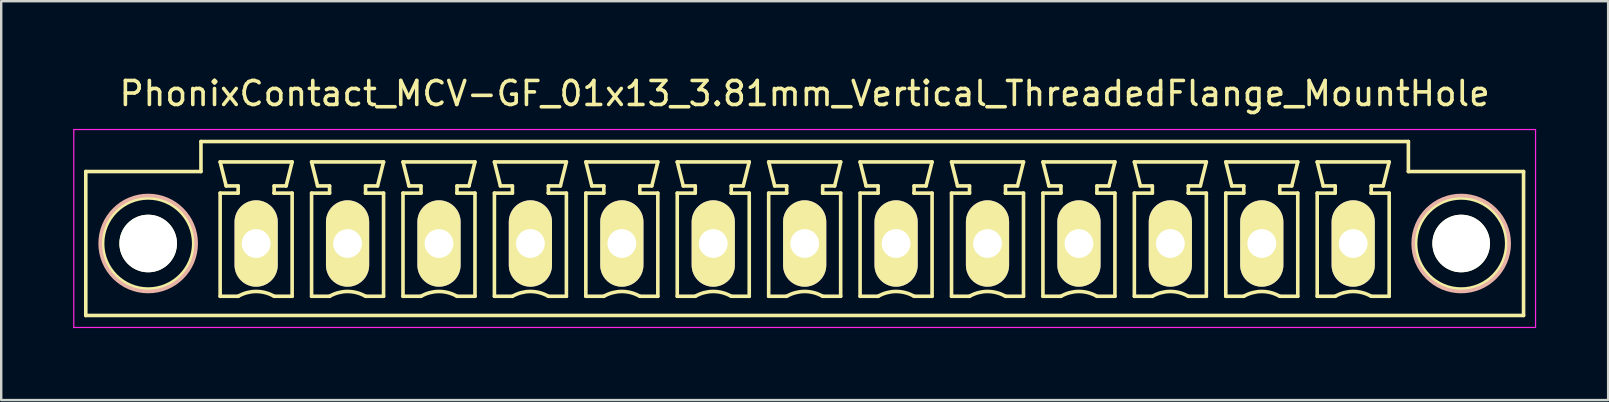
<source format=kicad_pcb>
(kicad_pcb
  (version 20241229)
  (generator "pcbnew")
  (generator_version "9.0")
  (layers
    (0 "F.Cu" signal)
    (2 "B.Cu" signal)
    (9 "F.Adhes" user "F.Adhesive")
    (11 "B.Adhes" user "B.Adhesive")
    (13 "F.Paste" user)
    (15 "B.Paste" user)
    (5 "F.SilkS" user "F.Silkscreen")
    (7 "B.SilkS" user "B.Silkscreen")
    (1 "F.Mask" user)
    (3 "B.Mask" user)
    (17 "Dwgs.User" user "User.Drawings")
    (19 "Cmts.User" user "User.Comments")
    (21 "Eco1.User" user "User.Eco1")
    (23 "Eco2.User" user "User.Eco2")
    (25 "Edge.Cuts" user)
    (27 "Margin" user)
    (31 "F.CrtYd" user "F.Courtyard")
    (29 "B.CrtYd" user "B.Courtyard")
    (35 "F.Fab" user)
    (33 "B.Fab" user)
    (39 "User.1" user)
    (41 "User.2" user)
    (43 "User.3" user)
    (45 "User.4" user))
  (footprint "PhonixContact_MCV-GF_01x13_3.81mm_Vertical_ThreadedFlange_MountHole"
    (layer "F.Cu")
    (at 7.625 7.098)
    (property "Reference" "PhonixContact_MCV-GF_01x13_3.81mm_Vertical_ThreadedFlange_MountHole" (at 22.86 -6.25 0) (layer "F.SilkS") (effects (font (size 1 1) (thickness 0.15))))
    (attr through_hole)
    (fp_line (start -7.1 -3) (end -7.1 3) (stroke (width 0.15) (type solid)) (layer "F.SilkS"))
    (fp_line (start -7.1 3) (end 52.82 3) (stroke (width 0.15) (type solid)) (layer "F.SilkS"))
    (fp_line (start -2.3 -4.25) (end -2.3 -3) (stroke (width 0.15) (type solid)) (layer "F.SilkS"))
    (fp_line (start -2.3 -3) (end -7.1 -3) (stroke (width 0.15) (type solid)) (layer "F.SilkS"))
    (fp_line (start -1.5 -3.4) (end 1.5 -3.4) (stroke (width 0.15) (type solid)) (layer "F.SilkS"))
    (fp_line (start -1.5 -2.1) (end -0.75 -2.1) (stroke (width 0.15) (type solid)) (layer "F.SilkS"))
    (fp_line (start -1.5 2.2) (end -1.5 -2.1) (stroke (width 0.15) (type solid)) (layer "F.SilkS"))
    (fp_line (start -1.25 -2.4) (end -1.5 -3.4) (stroke (width 0.15) (type solid)) (layer "F.SilkS"))
    (fp_line (start -0.75 -2.4) (end -1.25 -2.4) (stroke (width 0.15) (type solid)) (layer "F.SilkS"))
    (fp_line (start -0.75 -2.1) (end -0.75 -2.4) (stroke (width 0.15) (type solid)) (layer "F.SilkS"))
    (fp_line (start -0.75 2.2) (end -1.5 2.2) (stroke (width 0.15) (type solid)) (layer "F.SilkS"))
    (fp_line (start 0.75 -2.4) (end 0.75 -2.1) (stroke (width 0.15) (type solid)) (layer "F.SilkS"))
    (fp_line (start 0.75 -2.1) (end 0.75 -2.1) (stroke (width 0.15) (type solid)) (layer "F.SilkS"))
    (fp_line (start 0.75 -2.1) (end 1.5 -2.1) (stroke (width 0.15) (type solid)) (layer "F.SilkS"))
    (fp_line (start 1.25 -2.4) (end 0.75 -2.4) (stroke (width 0.15) (type solid)) (layer "F.SilkS"))
    (fp_line (start 1.5 -3.4) (end 1.25 -2.4) (stroke (width 0.15) (type solid)) (layer "F.SilkS"))
    (fp_line (start 1.5 -2.1) (end 1.5 2.2) (stroke (width 0.15) (type solid)) (layer "F.SilkS"))
    (fp_line (start 1.5 2.2) (end 0.75 2.2) (stroke (width 0.15) (type solid)) (layer "F.SilkS"))
    (fp_line (start 2.31 -3.4) (end 5.31 -3.4) (stroke (width 0.15) (type solid)) (layer "F.SilkS"))
    (fp_line (start 2.31 -2.1) (end 3.06 -2.1) (stroke (width 0.15) (type solid)) (layer "F.SilkS"))
    (fp_line (start 2.31 2.2) (end 2.31 -2.1) (stroke (width 0.15) (type solid)) (layer "F.SilkS"))
    (fp_line (start 2.56 -2.4) (end 2.31 -3.4) (stroke (width 0.15) (type solid)) (layer "F.SilkS"))
    (fp_line (start 3.06 -2.4) (end 2.56 -2.4) (stroke (width 0.15) (type solid)) (layer "F.SilkS"))
    (fp_line (start 3.06 -2.1) (end 3.06 -2.4) (stroke (width 0.15) (type solid)) (layer "F.SilkS"))
    (fp_line (start 3.06 2.2) (end 2.31 2.2) (stroke (width 0.15) (type solid)) (layer "F.SilkS"))
    (fp_line (start 4.56 -2.4) (end 4.56 -2.1) (stroke (width 0.15) (type solid)) (layer "F.SilkS"))
    (fp_line (start 4.56 -2.1) (end 4.56 -2.1) (stroke (width 0.15) (type solid)) (layer "F.SilkS"))
    (fp_line (start 4.56 -2.1) (end 5.31 -2.1) (stroke (width 0.15) (type solid)) (layer "F.SilkS"))
    (fp_line (start 5.06 -2.4) (end 4.56 -2.4) (stroke (width 0.15) (type solid)) (layer "F.SilkS"))
    (fp_line (start 5.31 -3.4) (end 5.06 -2.4) (stroke (width 0.15) (type solid)) (layer "F.SilkS"))
    (fp_line (start 5.31 -2.1) (end 5.31 2.2) (stroke (width 0.15) (type solid)) (layer "F.SilkS"))
    (fp_line (start 5.31 2.2) (end 4.56 2.2) (stroke (width 0.15) (type solid)) (layer "F.SilkS"))
    (fp_line (start 6.12 -3.4) (end 9.12 -3.4) (stroke (width 0.15) (type solid)) (layer "F.SilkS"))
    (fp_line (start 6.12 -2.1) (end 6.87 -2.1) (stroke (width 0.15) (type solid)) (layer "F.SilkS"))
    (fp_line (start 6.12 2.2) (end 6.12 -2.1) (stroke (width 0.15) (type solid)) (layer "F.SilkS"))
    (fp_line (start 6.37 -2.4) (end 6.12 -3.4) (stroke (width 0.15) (type solid)) (layer "F.SilkS"))
    (fp_line (start 6.87 -2.4) (end 6.37 -2.4) (stroke (width 0.15) (type solid)) (layer "F.SilkS"))
    (fp_line (start 6.87 -2.1) (end 6.87 -2.4) (stroke (width 0.15) (type solid)) (layer "F.SilkS"))
    (fp_line (start 6.87 2.2) (end 6.12 2.2) (stroke (width 0.15) (type solid)) (layer "F.SilkS"))
    (fp_line (start 8.37 -2.4) (end 8.37 -2.1) (stroke (width 0.15) (type solid)) (layer "F.SilkS"))
    (fp_line (start 8.37 -2.1) (end 8.37 -2.1) (stroke (width 0.15) (type solid)) (layer "F.SilkS"))
    (fp_line (start 8.37 -2.1) (end 9.12 -2.1) (stroke (width 0.15) (type solid)) (layer "F.SilkS"))
    (fp_line (start 8.87 -2.4) (end 8.37 -2.4) (stroke (width 0.15) (type solid)) (layer "F.SilkS"))
    (fp_line (start 9.12 -3.4) (end 8.87 -2.4) (stroke (width 0.15) (type solid)) (layer "F.SilkS"))
    (fp_line (start 9.12 -2.1) (end 9.12 2.2) (stroke (width 0.15) (type solid)) (layer "F.SilkS"))
    (fp_line (start 9.12 2.2) (end 8.37 2.2) (stroke (width 0.15) (type solid)) (layer "F.SilkS"))
    (fp_line (start 9.93 -3.4) (end 12.93 -3.4) (stroke (width 0.15) (type solid)) (layer "F.SilkS"))
    (fp_line (start 9.93 -2.1) (end 10.68 -2.1) (stroke (width 0.15) (type solid)) (layer "F.SilkS"))
    (fp_line (start 9.93 2.2) (end 9.93 -2.1) (stroke (width 0.15) (type solid)) (layer "F.SilkS"))
    (fp_line (start 10.18 -2.4) (end 9.93 -3.4) (stroke (width 0.15) (type solid)) (layer "F.SilkS"))
    (fp_line (start 10.68 -2.4) (end 10.18 -2.4) (stroke (width 0.15) (type solid)) (layer "F.SilkS"))
    (fp_line (start 10.68 -2.1) (end 10.68 -2.4) (stroke (width 0.15) (type solid)) (layer "F.SilkS"))
    (fp_line (start 10.68 2.2) (end 9.93 2.2) (stroke (width 0.15) (type solid)) (layer "F.SilkS"))
    (fp_line (start 12.18 -2.4) (end 12.18 -2.1) (stroke (width 0.15) (type solid)) (layer "F.SilkS"))
    (fp_line (start 12.18 -2.1) (end 12.18 -2.1) (stroke (width 0.15) (type solid)) (layer "F.SilkS"))
    (fp_line (start 12.18 -2.1) (end 12.93 -2.1) (stroke (width 0.15) (type solid)) (layer "F.SilkS"))
    (fp_line (start 12.68 -2.4) (end 12.18 -2.4) (stroke (width 0.15) (type solid)) (layer "F.SilkS"))
    (fp_line (start 12.93 -3.4) (end 12.68 -2.4) (stroke (width 0.15) (type solid)) (layer "F.SilkS"))
    (fp_line (start 12.93 -2.1) (end 12.93 2.2) (stroke (width 0.15) (type solid)) (layer "F.SilkS"))
    (fp_line (start 12.93 2.2) (end 12.18 2.2) (stroke (width 0.15) (type solid)) (layer "F.SilkS"))
    (fp_line (start 13.74 -3.4) (end 16.74 -3.4) (stroke (width 0.15) (type solid)) (layer "F.SilkS"))
    (fp_line (start 13.74 -2.1) (end 14.49 -2.1) (stroke (width 0.15) (type solid)) (layer "F.SilkS"))
    (fp_line (start 13.74 2.2) (end 13.74 -2.1) (stroke (width 0.15) (type solid)) (layer "F.SilkS"))
    (fp_line (start 13.99 -2.4) (end 13.74 -3.4) (stroke (width 0.15) (type solid)) (layer "F.SilkS"))
    (fp_line (start 14.49 -2.4) (end 13.99 -2.4) (stroke (width 0.15) (type solid)) (layer "F.SilkS"))
    (fp_line (start 14.49 -2.1) (end 14.49 -2.4) (stroke (width 0.15) (type solid)) (layer "F.SilkS"))
    (fp_line (start 14.49 2.2) (end 13.74 2.2) (stroke (width 0.15) (type solid)) (layer "F.SilkS"))
    (fp_line (start 15.99 -2.4) (end 15.99 -2.1) (stroke (width 0.15) (type solid)) (layer "F.SilkS"))
    (fp_line (start 15.99 -2.1) (end 15.99 -2.1) (stroke (width 0.15) (type solid)) (layer "F.SilkS"))
    (fp_line (start 15.99 -2.1) (end 16.74 -2.1) (stroke (width 0.15) (type solid)) (layer "F.SilkS"))
    (fp_line (start 16.49 -2.4) (end 15.99 -2.4) (stroke (width 0.15) (type solid)) (layer "F.SilkS"))
    (fp_line (start 16.74 -3.4) (end 16.49 -2.4) (stroke (width 0.15) (type solid)) (layer "F.SilkS"))
    (fp_line (start 16.74 -2.1) (end 16.74 2.2) (stroke (width 0.15) (type solid)) (layer "F.SilkS"))
    (fp_line (start 16.74 2.2) (end 15.99 2.2) (stroke (width 0.15) (type solid)) (layer "F.SilkS"))
    (fp_line (start 17.55 -3.4) (end 20.55 -3.4) (stroke (width 0.15) (type solid)) (layer "F.SilkS"))
    (fp_line (start 17.55 -2.1) (end 18.3 -2.1) (stroke (width 0.15) (type solid)) (layer "F.SilkS"))
    (fp_line (start 17.55 2.2) (end 17.55 -2.1) (stroke (width 0.15) (type solid)) (layer "F.SilkS"))
    (fp_line (start 17.8 -2.4) (end 17.55 -3.4) (stroke (width 0.15) (type solid)) (layer "F.SilkS"))
    (fp_line (start 18.3 -2.4) (end 17.8 -2.4) (stroke (width 0.15) (type solid)) (layer "F.SilkS"))
    (fp_line (start 18.3 -2.1) (end 18.3 -2.4) (stroke (width 0.15) (type solid)) (layer "F.SilkS"))
    (fp_line (start 18.3 2.2) (end 17.55 2.2) (stroke (width 0.15) (type solid)) (layer "F.SilkS"))
    (fp_line (start 19.8 -2.4) (end 19.8 -2.1) (stroke (width 0.15) (type solid)) (layer "F.SilkS"))
    (fp_line (start 19.8 -2.1) (end 19.8 -2.1) (stroke (width 0.15) (type solid)) (layer "F.SilkS"))
    (fp_line (start 19.8 -2.1) (end 20.55 -2.1) (stroke (width 0.15) (type solid)) (layer "F.SilkS"))
    (fp_line (start 20.3 -2.4) (end 19.8 -2.4) (stroke (width 0.15) (type solid)) (layer "F.SilkS"))
    (fp_line (start 20.55 -3.4) (end 20.3 -2.4) (stroke (width 0.15) (type solid)) (layer "F.SilkS"))
    (fp_line (start 20.55 -2.1) (end 20.55 2.2) (stroke (width 0.15) (type solid)) (layer "F.SilkS"))
    (fp_line (start 20.55 2.2) (end 19.8 2.2) (stroke (width 0.15) (type solid)) (layer "F.SilkS"))
    (fp_line (start 21.36 -3.4) (end 24.36 -3.4) (stroke (width 0.15) (type solid)) (layer "F.SilkS"))
    (fp_line (start 21.36 -2.1) (end 22.11 -2.1) (stroke (width 0.15) (type solid)) (layer "F.SilkS"))
    (fp_line (start 21.36 2.2) (end 21.36 -2.1) (stroke (width 0.15) (type solid)) (layer "F.SilkS"))
    (fp_line (start 21.61 -2.4) (end 21.36 -3.4) (stroke (width 0.15) (type solid)) (layer "F.SilkS"))
    (fp_line (start 22.11 -2.4) (end 21.61 -2.4) (stroke (width 0.15) (type solid)) (layer "F.SilkS"))
    (fp_line (start 22.11 -2.1) (end 22.11 -2.4) (stroke (width 0.15) (type solid)) (layer "F.SilkS"))
    (fp_line (start 22.11 2.2) (end 21.36 2.2) (stroke (width 0.15) (type solid)) (layer "F.SilkS"))
    (fp_line (start 23.61 -2.4) (end 23.61 -2.1) (stroke (width 0.15) (type solid)) (layer "F.SilkS"))
    (fp_line (start 23.61 -2.1) (end 23.61 -2.1) (stroke (width 0.15) (type solid)) (layer "F.SilkS"))
    (fp_line (start 23.61 -2.1) (end 24.36 -2.1) (stroke (width 0.15) (type solid)) (layer "F.SilkS"))
    (fp_line (start 24.11 -2.4) (end 23.61 -2.4) (stroke (width 0.15) (type solid)) (layer "F.SilkS"))
    (fp_line (start 24.36 -3.4) (end 24.11 -2.4) (stroke (width 0.15) (type solid)) (layer "F.SilkS"))
    (fp_line (start 24.36 -2.1) (end 24.36 2.2) (stroke (width 0.15) (type solid)) (layer "F.SilkS"))
    (fp_line (start 24.36 2.2) (end 23.61 2.2) (stroke (width 0.15) (type solid)) (layer "F.SilkS"))
    (fp_line (start 25.17 -3.4) (end 28.17 -3.4) (stroke (width 0.15) (type solid)) (layer "F.SilkS"))
    (fp_line (start 25.17 -2.1) (end 25.92 -2.1) (stroke (width 0.15) (type solid)) (layer "F.SilkS"))
    (fp_line (start 25.17 2.2) (end 25.17 -2.1) (stroke (width 0.15) (type solid)) (layer "F.SilkS"))
    (fp_line (start 25.42 -2.4) (end 25.17 -3.4) (stroke (width 0.15) (type solid)) (layer "F.SilkS"))
    (fp_line (start 25.92 -2.4) (end 25.42 -2.4) (stroke (width 0.15) (type solid)) (layer "F.SilkS"))
    (fp_line (start 25.92 -2.1) (end 25.92 -2.4) (stroke (width 0.15) (type solid)) (layer "F.SilkS"))
    (fp_line (start 25.92 2.2) (end 25.17 2.2) (stroke (width 0.15) (type solid)) (layer "F.SilkS"))
    (fp_line (start 27.42 -2.4) (end 27.42 -2.1) (stroke (width 0.15) (type solid)) (layer "F.SilkS"))
    (fp_line (start 27.42 -2.1) (end 27.42 -2.1) (stroke (width 0.15) (type solid)) (layer "F.SilkS"))
    (fp_line (start 27.42 -2.1) (end 28.17 -2.1) (stroke (width 0.15) (type solid)) (layer "F.SilkS"))
    (fp_line (start 27.92 -2.4) (end 27.42 -2.4) (stroke (width 0.15) (type solid)) (layer "F.SilkS"))
    (fp_line (start 28.17 -3.4) (end 27.92 -2.4) (stroke (width 0.15) (type solid)) (layer "F.SilkS"))
    (fp_line (start 28.17 -2.1) (end 28.17 2.2) (stroke (width 0.15) (type solid)) (layer "F.SilkS"))
    (fp_line (start 28.17 2.2) (end 27.42 2.2) (stroke (width 0.15) (type solid)) (layer "F.SilkS"))
    (fp_line (start 28.98 -3.4) (end 31.98 -3.4) (stroke (width 0.15) (type solid)) (layer "F.SilkS"))
    (fp_line (start 28.98 -2.1) (end 29.73 -2.1) (stroke (width 0.15) (type solid)) (layer "F.SilkS"))
    (fp_line (start 28.98 2.2) (end 28.98 -2.1) (stroke (width 0.15) (type solid)) (layer "F.SilkS"))
    (fp_line (start 29.23 -2.4) (end 28.98 -3.4) (stroke (width 0.15) (type solid)) (layer "F.SilkS"))
    (fp_line (start 29.73 -2.4) (end 29.23 -2.4) (stroke (width 0.15) (type solid)) (layer "F.SilkS"))
    (fp_line (start 29.73 -2.1) (end 29.73 -2.4) (stroke (width 0.15) (type solid)) (layer "F.SilkS"))
    (fp_line (start 29.73 2.2) (end 28.98 2.2) (stroke (width 0.15) (type solid)) (layer "F.SilkS"))
    (fp_line (start 31.23 -2.4) (end 31.23 -2.1) (stroke (width 0.15) (type solid)) (layer "F.SilkS"))
    (fp_line (start 31.23 -2.1) (end 31.23 -2.1) (stroke (width 0.15) (type solid)) (layer "F.SilkS"))
    (fp_line (start 31.23 -2.1) (end 31.98 -2.1) (stroke (width 0.15) (type solid)) (layer "F.SilkS"))
    (fp_line (start 31.73 -2.4) (end 31.23 -2.4) (stroke (width 0.15) (type solid)) (layer "F.SilkS"))
    (fp_line (start 31.98 -3.4) (end 31.73 -2.4) (stroke (width 0.15) (type solid)) (layer "F.SilkS"))
    (fp_line (start 31.98 -2.1) (end 31.98 2.2) (stroke (width 0.15) (type solid)) (layer "F.SilkS"))
    (fp_line (start 31.98 2.2) (end 31.23 2.2) (stroke (width 0.15) (type solid)) (layer "F.SilkS"))
    (fp_line (start 32.79 -3.4) (end 35.79 -3.4) (stroke (width 0.15) (type solid)) (layer "F.SilkS"))
    (fp_line (start 32.79 -2.1) (end 33.54 -2.1) (stroke (width 0.15) (type solid)) (layer "F.SilkS"))
    (fp_line (start 32.79 2.2) (end 32.79 -2.1) (stroke (width 0.15) (type solid)) (layer "F.SilkS"))
    (fp_line (start 33.04 -2.4) (end 32.79 -3.4) (stroke (width 0.15) (type solid)) (layer "F.SilkS"))
    (fp_line (start 33.54 -2.4) (end 33.04 -2.4) (stroke (width 0.15) (type solid)) (layer "F.SilkS"))
    (fp_line (start 33.54 -2.1) (end 33.54 -2.4) (stroke (width 0.15) (type solid)) (layer "F.SilkS"))
    (fp_line (start 33.54 2.2) (end 32.79 2.2) (stroke (width 0.15) (type solid)) (layer "F.SilkS"))
    (fp_line (start 35.04 -2.4) (end 35.04 -2.1) (stroke (width 0.15) (type solid)) (layer "F.SilkS"))
    (fp_line (start 35.04 -2.1) (end 35.04 -2.1) (stroke (width 0.15) (type solid)) (layer "F.SilkS"))
    (fp_line (start 35.04 -2.1) (end 35.79 -2.1) (stroke (width 0.15) (type solid)) (layer "F.SilkS"))
    (fp_line (start 35.54 -2.4) (end 35.04 -2.4) (stroke (width 0.15) (type solid)) (layer "F.SilkS"))
    (fp_line (start 35.79 -3.4) (end 35.54 -2.4) (stroke (width 0.15) (type solid)) (layer "F.SilkS"))
    (fp_line (start 35.79 -2.1) (end 35.79 2.2) (stroke (width 0.15) (type solid)) (layer "F.SilkS"))
    (fp_line (start 35.79 2.2) (end 35.04 2.2) (stroke (width 0.15) (type solid)) (layer "F.SilkS"))
    (fp_line (start 36.6 -3.4) (end 39.6 -3.4) (stroke (width 0.15) (type solid)) (layer "F.SilkS"))
    (fp_line (start 36.6 -2.1) (end 37.35 -2.1) (stroke (width 0.15) (type solid)) (layer "F.SilkS"))
    (fp_line (start 36.6 2.2) (end 36.6 -2.1) (stroke (width 0.15) (type solid)) (layer "F.SilkS"))
    (fp_line (start 36.85 -2.4) (end 36.6 -3.4) (stroke (width 0.15) (type solid)) (layer "F.SilkS"))
    (fp_line (start 37.35 -2.4) (end 36.85 -2.4) (stroke (width 0.15) (type solid)) (layer "F.SilkS"))
    (fp_line (start 37.35 -2.1) (end 37.35 -2.4) (stroke (width 0.15) (type solid)) (layer "F.SilkS"))
    (fp_line (start 37.35 2.2) (end 36.6 2.2) (stroke (width 0.15) (type solid)) (layer "F.SilkS"))
    (fp_line (start 38.85 -2.4) (end 38.85 -2.1) (stroke (width 0.15) (type solid)) (layer "F.SilkS"))
    (fp_line (start 38.85 -2.1) (end 38.85 -2.1) (stroke (width 0.15) (type solid)) (layer "F.SilkS"))
    (fp_line (start 38.85 -2.1) (end 39.6 -2.1) (stroke (width 0.15) (type solid)) (layer "F.SilkS"))
    (fp_line (start 39.35 -2.4) (end 38.85 -2.4) (stroke (width 0.15) (type solid)) (layer "F.SilkS"))
    (fp_line (start 39.6 -3.4) (end 39.35 -2.4) (stroke (width 0.15) (type solid)) (layer "F.SilkS"))
    (fp_line (start 39.6 -2.1) (end 39.6 2.2) (stroke (width 0.15) (type solid)) (layer "F.SilkS"))
    (fp_line (start 39.6 2.2) (end 38.85 2.2) (stroke (width 0.15) (type solid)) (layer "F.SilkS"))
    (fp_line (start 40.41 -3.4) (end 43.41 -3.4) (stroke (width 0.15) (type solid)) (layer "F.SilkS"))
    (fp_line (start 40.41 -2.1) (end 41.16 -2.1) (stroke (width 0.15) (type solid)) (layer "F.SilkS"))
    (fp_line (start 40.41 2.2) (end 40.41 -2.1) (stroke (width 0.15) (type solid)) (layer "F.SilkS"))
    (fp_line (start 40.66 -2.4) (end 40.41 -3.4) (stroke (width 0.15) (type solid)) (layer "F.SilkS"))
    (fp_line (start 41.16 -2.4) (end 40.66 -2.4) (stroke (width 0.15) (type solid)) (layer "F.SilkS"))
    (fp_line (start 41.16 -2.1) (end 41.16 -2.4) (stroke (width 0.15) (type solid)) (layer "F.SilkS"))
    (fp_line (start 41.16 2.2) (end 40.41 2.2) (stroke (width 0.15) (type solid)) (layer "F.SilkS"))
    (fp_line (start 42.66 -2.4) (end 42.66 -2.1) (stroke (width 0.15) (type solid)) (layer "F.SilkS"))
    (fp_line (start 42.66 -2.1) (end 42.66 -2.1) (stroke (width 0.15) (type solid)) (layer "F.SilkS"))
    (fp_line (start 42.66 -2.1) (end 43.41 -2.1) (stroke (width 0.15) (type solid)) (layer "F.SilkS"))
    (fp_line (start 43.16 -2.4) (end 42.66 -2.4) (stroke (width 0.15) (type solid)) (layer "F.SilkS"))
    (fp_line (start 43.41 -3.4) (end 43.16 -2.4) (stroke (width 0.15) (type solid)) (layer "F.SilkS"))
    (fp_line (start 43.41 -2.1) (end 43.41 2.2) (stroke (width 0.15) (type solid)) (layer "F.SilkS"))
    (fp_line (start 43.41 2.2) (end 42.66 2.2) (stroke (width 0.15) (type solid)) (layer "F.SilkS"))
    (fp_line (start 44.22 -3.4) (end 47.22 -3.4) (stroke (width 0.15) (type solid)) (layer "F.SilkS"))
    (fp_line (start 44.22 -2.1) (end 44.97 -2.1) (stroke (width 0.15) (type solid)) (layer "F.SilkS"))
    (fp_line (start 44.22 2.2) (end 44.22 -2.1) (stroke (width 0.15) (type solid)) (layer "F.SilkS"))
    (fp_line (start 44.47 -2.4) (end 44.22 -3.4) (stroke (width 0.15) (type solid)) (layer "F.SilkS"))
    (fp_line (start 44.97 -2.4) (end 44.47 -2.4) (stroke (width 0.15) (type solid)) (layer "F.SilkS"))
    (fp_line (start 44.97 -2.1) (end 44.97 -2.4) (stroke (width 0.15) (type solid)) (layer "F.SilkS"))
    (fp_line (start 44.97 2.2) (end 44.22 2.2) (stroke (width 0.15) (type solid)) (layer "F.SilkS"))
    (fp_line (start 46.47 -2.4) (end 46.47 -2.1) (stroke (width 0.15) (type solid)) (layer "F.SilkS"))
    (fp_line (start 46.47 -2.1) (end 46.47 -2.1) (stroke (width 0.15) (type solid)) (layer "F.SilkS"))
    (fp_line (start 46.47 -2.1) (end 47.22 -2.1) (stroke (width 0.15) (type solid)) (layer "F.SilkS"))
    (fp_line (start 46.97 -2.4) (end 46.47 -2.4) (stroke (width 0.15) (type solid)) (layer "F.SilkS"))
    (fp_line (start 47.22 -3.4) (end 46.97 -2.4) (stroke (width 0.15) (type solid)) (layer "F.SilkS"))
    (fp_line (start 47.22 -2.1) (end 47.22 2.2) (stroke (width 0.15) (type solid)) (layer "F.SilkS"))
    (fp_line (start 47.22 2.2) (end 46.47 2.2) (stroke (width 0.15) (type solid)) (layer "F.SilkS"))
    (fp_line (start 48.02 -4.25) (end -2.3 -4.25) (stroke (width 0.15) (type solid)) (layer "F.SilkS"))
    (fp_line (start 48.02 -3) (end 48.02 -4.25) (stroke (width 0.15) (type solid)) (layer "F.SilkS"))
    (fp_line (start 52.82 -3) (end 48.02 -3) (stroke (width 0.15) (type solid)) (layer "F.SilkS"))
    (fp_line (start 52.82 3) (end 52.82 -3) (stroke (width 0.15) (type solid)) (layer "F.SilkS"))
    (fp_arc (start -0.75 2.2) (mid -0.006068 1.999179) (end 0.739464 2.193978) (stroke (width 0.15) (type solid)) (layer "F.SilkS"))
    (fp_arc (start 3.06 2.2) (mid 3.803932 1.999179) (end 4.549464 2.193978) (stroke (width 0.15) (type solid)) (layer "F.SilkS"))
    (fp_arc (start 6.87 2.2) (mid 7.613932 1.999179) (end 8.359464 2.193978) (stroke (width 0.15) (type solid)) (layer "F.SilkS"))
    (fp_arc (start 10.68 2.2) (mid 11.423932 1.999179) (end 12.169464 2.193978) (stroke (width 0.15) (type solid)) (layer "F.SilkS"))
    (fp_arc (start 14.49 2.2) (mid 15.233932 1.999179) (end 15.979464 2.193978) (stroke (width 0.15) (type solid)) (layer "F.SilkS"))
    (fp_arc (start 18.3 2.2) (mid 19.043932 1.999179) (end 19.789464 2.193978) (stroke (width 0.15) (type solid)) (layer "F.SilkS"))
    (fp_arc (start 22.11 2.2) (mid 22.853932 1.999179) (end 23.599464 2.193978) (stroke (width 0.15) (type solid)) (layer "F.SilkS"))
    (fp_arc (start 25.92 2.2) (mid 26.663932 1.999179) (end 27.409464 2.193978) (stroke (width 0.15) (type solid)) (layer "F.SilkS"))
    (fp_arc (start 29.73 2.2) (mid 30.473932 1.999179) (end 31.219464 2.193978) (stroke (width 0.15) (type solid)) (layer "F.SilkS"))
    (fp_arc (start 33.54 2.2) (mid 34.283932 1.999179) (end 35.029464 2.193978) (stroke (width 0.15) (type solid)) (layer "F.SilkS"))
    (fp_arc (start 37.35 2.2) (mid 38.093932 1.999179) (end 38.839464 2.193978) (stroke (width 0.15) (type solid)) (layer "F.SilkS"))
    (fp_arc (start 41.16 2.2) (mid 41.903932 1.999179) (end 42.649464 2.193978) (stroke (width 0.15) (type solid)) (layer "F.SilkS"))
    (fp_arc (start 44.97 2.2) (mid 45.713932 1.999179) (end 46.459464 2.193978) (stroke (width 0.15) (type solid)) (layer "F.SilkS"))
    (fp_circle (center -4.5 0) (end -2.6 0) (stroke (width 0.15) (type solid)) (fill no) (layer "F.SilkS"))
    (fp_circle (center 50.22 0) (end 52.12 0) (stroke (width 0.15) (type solid)) (fill no) (layer "F.SilkS"))
    (fp_circle (center -4.5 0) (end -2.5 0) (stroke (width 0.15) (type solid)) (fill no) (layer "B.SilkS"))
    (fp_circle (center 50.22 0) (end 52.22 0) (stroke (width 0.15) (type solid)) (fill no) (layer "B.SilkS"))
    (fp_line (start -7.6 -4.75) (end -7.6 3.5) (stroke (width 0.05) (type solid)) (layer "F.CrtYd"))
    (fp_line (start -7.6 3.5) (end 53.32 3.5) (stroke (width 0.05) (type solid)) (layer "F.CrtYd"))
    (fp_line (start 53.32 -4.75) (end -7.6 -4.75) (stroke (width 0.05) (type solid)) (layer "F.CrtYd"))
    (fp_line (start 53.32 3.5) (end 53.32 -4.75) (stroke (width 0.05) (type solid)) (layer "F.CrtYd"))
    (pad "" np_thru_hole circle (at -4.5 0) (size 2.4 2.4) (drill 2.4) (layers "*.Cu" "*.Mask" "F.SilkS"))
    (pad "" np_thru_hole circle (at 50.22 0) (size 2.4 2.4) (drill 2.4) (layers "*.Cu" "*.Mask" "F.SilkS"))
    (pad "1" thru_hole oval (at 0 0) (size 1.8 3.6) (drill 1.2) (layers "*.Cu" "*.Mask" "F.SilkS"))
    (pad "2" thru_hole oval (at 3.81 0) (size 1.8 3.6) (drill 1.2) (layers "*.Cu" "*.Mask" "F.SilkS"))
    (pad "3" thru_hole oval (at 7.62 0) (size 1.8 3.6) (drill 1.2) (layers "*.Cu" "*.Mask" "F.SilkS"))
    (pad "4" thru_hole oval (at 11.43 0) (size 1.8 3.6) (drill 1.2) (layers "*.Cu" "*.Mask" "F.SilkS"))
    (pad "5" thru_hole oval (at 15.24 0) (size 1.8 3.6) (drill 1.2) (layers "*.Cu" "*.Mask" "F.SilkS"))
    (pad "6" thru_hole oval (at 19.05 0) (size 1.8 3.6) (drill 1.2) (layers "*.Cu" "*.Mask" "F.SilkS"))
    (pad "7" thru_hole oval (at 22.86 0) (size 1.8 3.6) (drill 1.2) (layers "*.Cu" "*.Mask" "F.SilkS"))
    (pad "8" thru_hole oval (at 26.67 0) (size 1.8 3.6) (drill 1.2) (layers "*.Cu" "*.Mask" "F.SilkS"))
    (pad "9" thru_hole oval (at 30.48 0) (size 1.8 3.6) (drill 1.2) (layers "*.Cu" "*.Mask" "F.SilkS"))
    (pad "10" thru_hole oval (at 34.29 0) (size 1.8 3.6) (drill 1.2) (layers "*.Cu" "*.Mask" "F.SilkS"))
    (pad "11" thru_hole oval (at 38.1 0) (size 1.8 3.6) (drill 1.2) (layers "*.Cu" "*.Mask" "F.SilkS"))
    (pad "12" thru_hole oval (at 41.91 0) (size 1.8 3.6) (drill 1.2) (layers "*.Cu" "*.Mask" "F.SilkS"))
    (pad "13" thru_hole oval (at 45.72 0) (size 1.8 3.6) (drill 1.2) (layers "*.Cu" "*.Mask" "F.SilkS")))
  (gr_rect
    (start -3 -3)
    (end 63.97 13.623)
    (stroke (width 0.1) (type default))
    (fill no)
    (layer "Edge.Cuts")))
</source>
